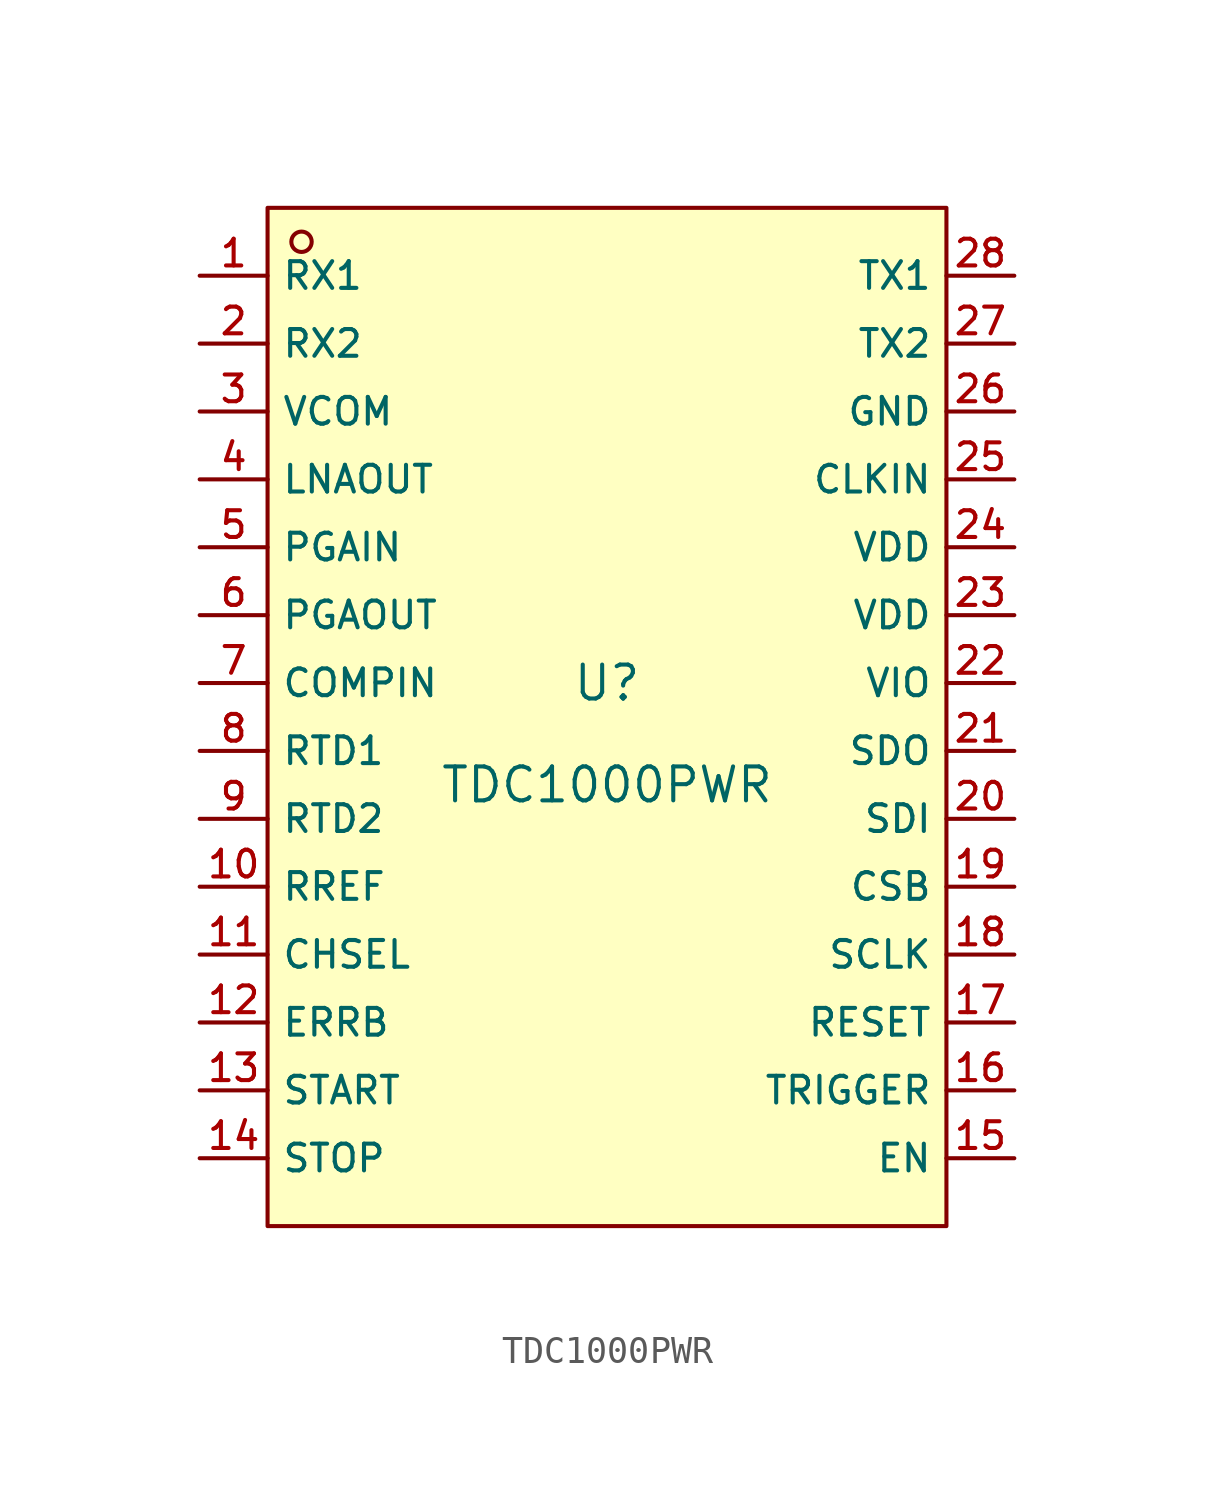
<source format=kicad_sym>
(kicad_symbol_lib
  (version 20210201)
  (generator TousstNicolas/JLC2KiCad_lib)
  (symbol "TDC1000PWR"
    (property "Reference" "U"
      (at 0 1.27 0)
      (effects (font (size 1.27 1.27))))
    (property "Value" "TDC1000PWR"
      (at 0 -2.54 0)
      (effects (font (size 1.27 1.27))))
    (symbol "TDC1000PWR_0_1"
      (rectangle (start -12.7 19.05) (end 12.7 -19.05) (stroke (width 0) (type default) (color 0 0 0 0)) (fill (type background)))
      (circle (center -11.43 17.78) (radius 0.381) (stroke (width 0) (type default) (color 0 0 0 0)) (fill (type background)))
      (pin unspecified line (at -15.24 16.51 0) (length 2.54) (name "RX1" (effects (font (size 1 1)))) (number "1" (effects (font (size 1 1)))))
      (pin unspecified line (at -15.24 13.97 0) (length 2.54) (name "RX2" (effects (font (size 1 1)))) (number "2" (effects (font (size 1 1)))))
      (pin unspecified line (at -15.24 11.43 0) (length 2.54) (name "VCOM" (effects (font (size 1 1)))) (number "3" (effects (font (size 1 1)))))
      (pin unspecified line (at -15.24 8.89 0) (length 2.54) (name "LNAOUT" (effects (font (size 1 1)))) (number "4" (effects (font (size 1 1)))))
      (pin unspecified line (at -15.24 6.35 0) (length 2.54) (name "PGAIN" (effects (font (size 1 1)))) (number "5" (effects (font (size 1 1)))))
      (pin unspecified line (at -15.24 3.81 0) (length 2.54) (name "PGAOUT" (effects (font (size 1 1)))) (number "6" (effects (font (size 1 1)))))
      (pin unspecified line (at -15.24 1.27 0) (length 2.54) (name "COMPIN" (effects (font (size 1 1)))) (number "7" (effects (font (size 1 1)))))
      (pin unspecified line (at -15.24 -1.27 0) (length 2.54) (name "RTD1" (effects (font (size 1 1)))) (number "8" (effects (font (size 1 1)))))
      (pin unspecified line (at -15.24 -3.81 0) (length 2.54) (name "RTD2" (effects (font (size 1 1)))) (number "9" (effects (font (size 1 1)))))
      (pin unspecified line (at -15.24 -6.35 0) (length 2.54) (name "RREF" (effects (font (size 1 1)))) (number "10" (effects (font (size 1 1)))))
      (pin unspecified line (at -15.24 -8.89 0) (length 2.54) (name "CHSEL" (effects (font (size 1 1)))) (number "11" (effects (font (size 1 1)))))
      (pin unspecified line (at -15.24 -11.43 0) (length 2.54) (name "ERRB" (effects (font (size 1 1)))) (number "12" (effects (font (size 1 1)))))
      (pin unspecified line (at -15.24 -13.97 0) (length 2.54) (name "START" (effects (font (size 1 1)))) (number "13" (effects (font (size 1 1)))))
      (pin unspecified line (at -15.24 -16.51 0) (length 2.54) (name "STOP" (effects (font (size 1 1)))) (number "14" (effects (font (size 1 1)))))
      (pin unspecified line (at 15.24 -16.51 180) (length 2.54) (name "EN" (effects (font (size 1 1)))) (number "15" (effects (font (size 1 1)))))
      (pin unspecified line (at 15.24 -13.97 180) (length 2.54) (name "TRIGGER" (effects (font (size 1 1)))) (number "16" (effects (font (size 1 1)))))
      (pin unspecified line (at 15.24 -11.43 180) (length 2.54) (name "RESET" (effects (font (size 1 1)))) (number "17" (effects (font (size 1 1)))))
      (pin unspecified line (at 15.24 -8.89 180) (length 2.54) (name "SCLK" (effects (font (size 1 1)))) (number "18" (effects (font (size 1 1)))))
      (pin unspecified line (at 15.24 -6.35 180) (length 2.54) (name "CSB" (effects (font (size 1 1)))) (number "19" (effects (font (size 1 1)))))
      (pin unspecified line (at 15.24 -3.81 180) (length 2.54) (name "SDI" (effects (font (size 1 1)))) (number "20" (effects (font (size 1 1)))))
      (pin unspecified line (at 15.24 -1.27 180) (length 2.54) (name "SDO" (effects (font (size 1 1)))) (number "21" (effects (font (size 1 1)))))
      (pin unspecified line (at 15.24 1.27 180) (length 2.54) (name "VIO" (effects (font (size 1 1)))) (number "22" (effects (font (size 1 1)))))
      (pin unspecified line (at 15.24 3.81 180) (length 2.54) (name "VDD" (effects (font (size 1 1)))) (number "23" (effects (font (size 1 1)))))
      (pin unspecified line (at 15.24 6.35 180) (length 2.54) (name "VDD" (effects (font (size 1 1)))) (number "24" (effects (font (size 1 1)))))
      (pin unspecified line (at 15.24 8.89 180) (length 2.54) (name "CLKIN" (effects (font (size 1 1)))) (number "25" (effects (font (size 1 1)))))
      (pin unspecified line (at 15.24 11.43 180) (length 2.54) (name "GND" (effects (font (size 1 1)))) (number "26" (effects (font (size 1 1)))))
      (pin unspecified line (at 15.24 13.97 180) (length 2.54) (name "TX2" (effects (font (size 1 1)))) (number "27" (effects (font (size 1 1)))))
      (pin unspecified line (at 15.24 16.51 180) (length 2.54) (name "TX1" (effects (font (size 1 1)))) (number "28" (effects (font (size 1 1))))))))
</source>
